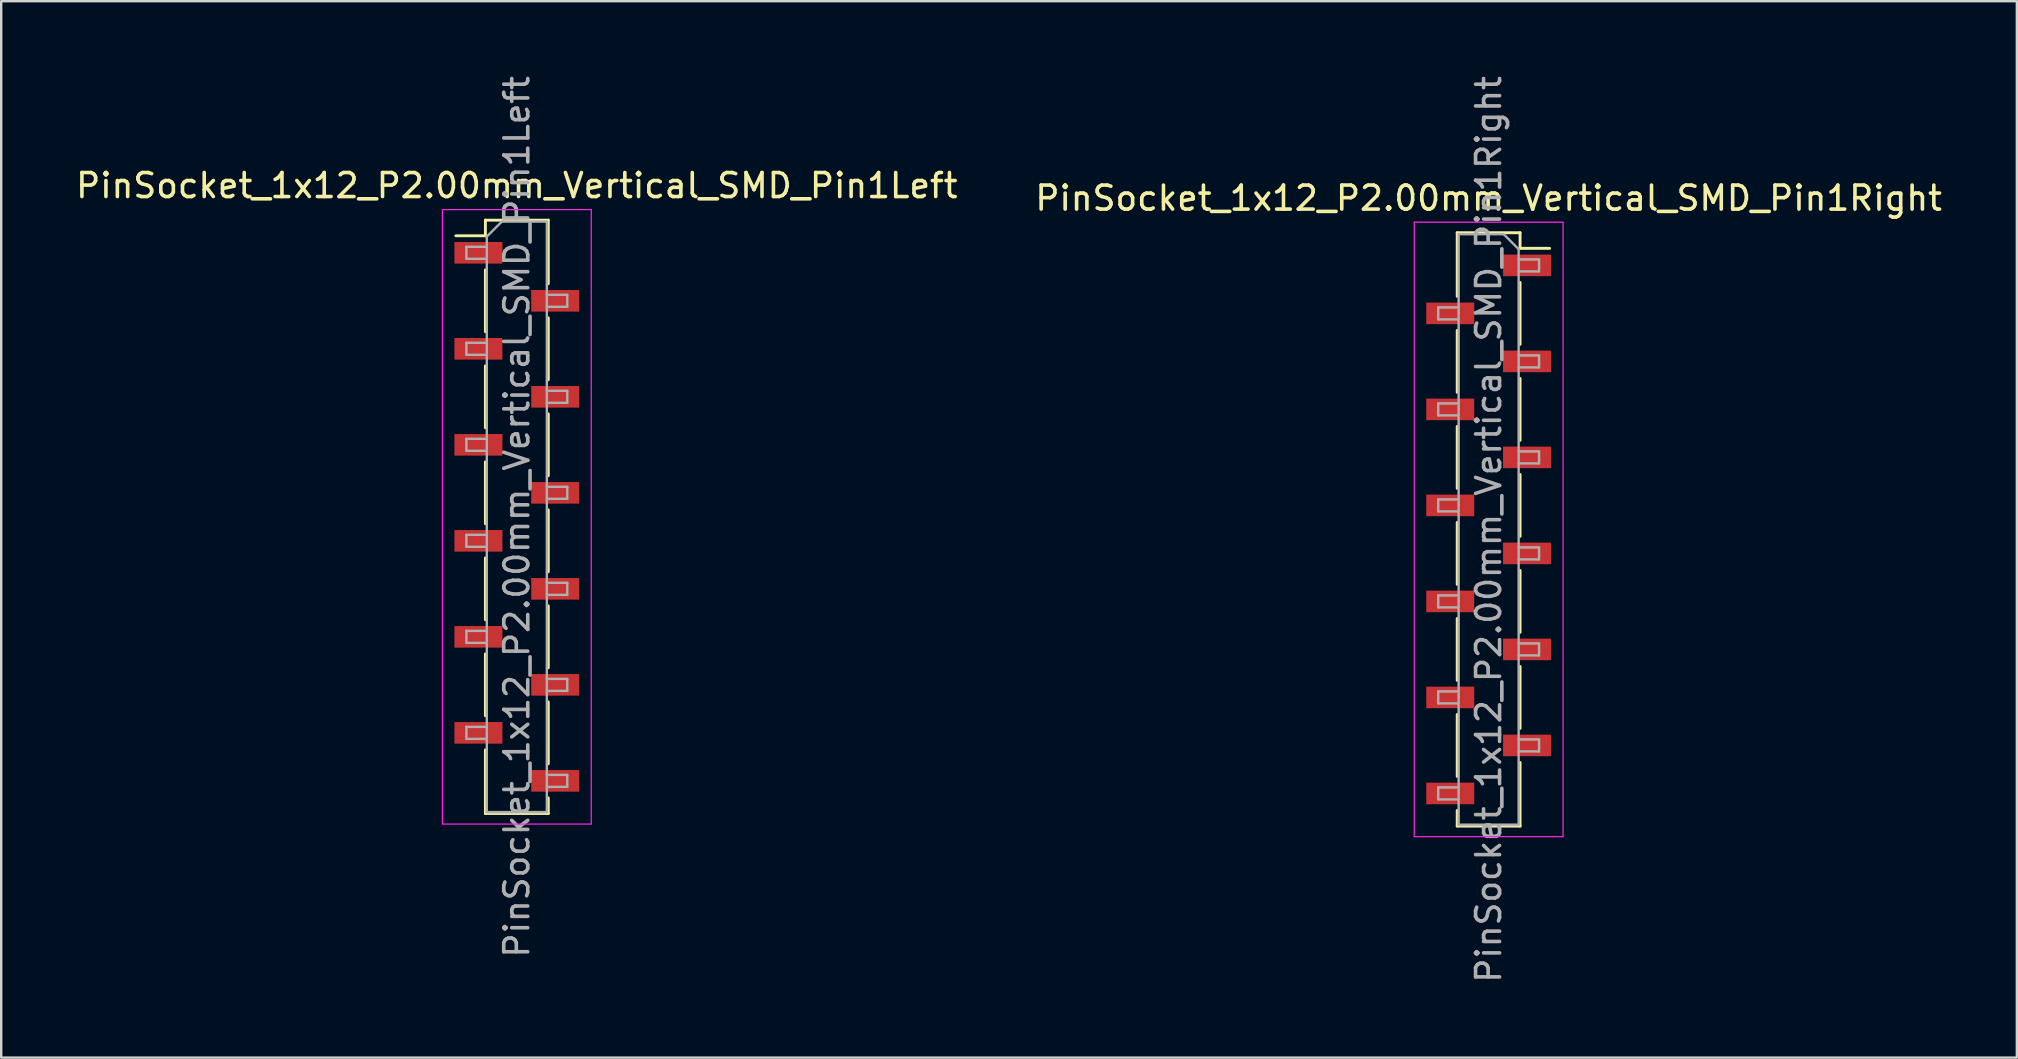
<source format=kicad_pcb>
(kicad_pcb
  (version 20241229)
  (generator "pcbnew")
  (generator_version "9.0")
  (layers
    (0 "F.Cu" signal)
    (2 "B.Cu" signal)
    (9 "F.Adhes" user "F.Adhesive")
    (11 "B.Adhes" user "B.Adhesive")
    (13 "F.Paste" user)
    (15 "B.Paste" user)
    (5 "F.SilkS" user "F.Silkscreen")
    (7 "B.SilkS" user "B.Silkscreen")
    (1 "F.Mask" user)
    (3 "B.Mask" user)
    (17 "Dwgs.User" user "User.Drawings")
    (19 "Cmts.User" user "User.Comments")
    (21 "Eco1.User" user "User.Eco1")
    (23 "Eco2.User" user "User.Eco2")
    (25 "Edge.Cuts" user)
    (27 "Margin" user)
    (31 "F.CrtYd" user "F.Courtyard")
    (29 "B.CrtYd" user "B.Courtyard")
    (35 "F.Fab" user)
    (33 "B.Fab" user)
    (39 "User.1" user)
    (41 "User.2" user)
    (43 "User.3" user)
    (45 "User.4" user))
  (footprint "PinSocket_1x12_P2.00mm_Vertical_SMD_Pin1Left"
    (layer "F.Cu")
    (at 18.482 18.482)
    (property "Reference" "PinSocket_1x12_P2.00mm_Vertical_SMD_Pin1Left" (at 0 -13.8 0) (layer "F.SilkS") (effects (font (size 1 1) (thickness 0.15))))
    (attr smd)
    (fp_line (start -2.54 -11.71) (end -1.31 -11.71) (stroke (width 0.12) (type solid)) (layer "F.SilkS"))
    (fp_line (start -1.31 -12.36) (end -1.31 -11.71) (stroke (width 0.12) (type solid)) (layer "F.SilkS"))
    (fp_line (start -1.31 -12.36) (end 1.31 -12.36) (stroke (width 0.12) (type solid)) (layer "F.SilkS"))
    (fp_line (start -1.31 -10.29) (end -1.31 -7.71) (stroke (width 0.12) (type solid)) (layer "F.SilkS"))
    (fp_line (start -1.31 -6.29) (end -1.31 -3.71) (stroke (width 0.12) (type solid)) (layer "F.SilkS"))
    (fp_line (start -1.31 -2.29) (end -1.31 0.29) (stroke (width 0.12) (type solid)) (layer "F.SilkS"))
    (fp_line (start -1.31 1.71) (end -1.31 4.29) (stroke (width 0.12) (type solid)) (layer "F.SilkS"))
    (fp_line (start -1.31 5.71) (end -1.31 8.29) (stroke (width 0.12) (type solid)) (layer "F.SilkS"))
    (fp_line (start -1.31 9.71) (end -1.31 12.36) (stroke (width 0.12) (type solid)) (layer "F.SilkS"))
    (fp_line (start -1.31 12.36) (end 1.31 12.36) (stroke (width 0.12) (type solid)) (layer "F.SilkS"))
    (fp_line (start 1.31 -12.36) (end 1.31 -9.71) (stroke (width 0.12) (type solid)) (layer "F.SilkS"))
    (fp_line (start 1.31 -8.29) (end 1.31 -5.71) (stroke (width 0.12) (type solid)) (layer "F.SilkS"))
    (fp_line (start 1.31 -4.29) (end 1.31 -1.71) (stroke (width 0.12) (type solid)) (layer "F.SilkS"))
    (fp_line (start 1.31 -0.29) (end 1.31 2.29) (stroke (width 0.12) (type solid)) (layer "F.SilkS"))
    (fp_line (start 1.31 3.71) (end 1.31 6.29) (stroke (width 0.12) (type solid)) (layer "F.SilkS"))
    (fp_line (start 1.31 7.71) (end 1.31 10.29) (stroke (width 0.12) (type solid)) (layer "F.SilkS"))
    (fp_line (start 1.31 11.71) (end 1.31 12.36) (stroke (width 0.12) (type solid)) (layer "F.SilkS"))
    (fp_line (start -3.1 -12.8) (end 3.1 -12.8) (stroke (width 0.05) (type solid)) (layer "F.CrtYd"))
    (fp_line (start -3.1 12.8) (end -3.1 -12.8) (stroke (width 0.05) (type solid)) (layer "F.CrtYd"))
    (fp_line (start 3.1 -12.8) (end 3.1 12.8) (stroke (width 0.05) (type solid)) (layer "F.CrtYd"))
    (fp_line (start 3.1 12.8) (end -3.1 12.8) (stroke (width 0.05) (type solid)) (layer "F.CrtYd"))
    (fp_line (start -2.1 -11.25) (end -1.25 -11.25) (stroke (width 0.1) (type solid)) (layer "F.Fab"))
    (fp_line (start -2.1 -10.75) (end -2.1 -11.25) (stroke (width 0.1) (type solid)) (layer "F.Fab"))
    (fp_line (start -2.1 -7.25) (end -1.25 -7.25) (stroke (width 0.1) (type solid)) (layer "F.Fab"))
    (fp_line (start -2.1 -6.75) (end -2.1 -7.25) (stroke (width 0.1) (type solid)) (layer "F.Fab"))
    (fp_line (start -2.1 -3.25) (end -1.25 -3.25) (stroke (width 0.1) (type solid)) (layer "F.Fab"))
    (fp_line (start -2.1 -2.75) (end -2.1 -3.25) (stroke (width 0.1) (type solid)) (layer "F.Fab"))
    (fp_line (start -2.1 0.75) (end -1.25 0.75) (stroke (width 0.1) (type solid)) (layer "F.Fab"))
    (fp_line (start -2.1 1.25) (end -2.1 0.75) (stroke (width 0.1) (type solid)) (layer "F.Fab"))
    (fp_line (start -2.1 4.75) (end -1.25 4.75) (stroke (width 0.1) (type solid)) (layer "F.Fab"))
    (fp_line (start -2.1 5.25) (end -2.1 4.75) (stroke (width 0.1) (type solid)) (layer "F.Fab"))
    (fp_line (start -2.1 8.75) (end -1.25 8.75) (stroke (width 0.1) (type solid)) (layer "F.Fab"))
    (fp_line (start -2.1 9.25) (end -2.1 8.75) (stroke (width 0.1) (type solid)) (layer "F.Fab"))
    (fp_line (start -1.25 -11.675) (end -0.625 -12.3) (stroke (width 0.1) (type solid)) (layer "F.Fab"))
    (fp_line (start -1.25 -10.75) (end -2.1 -10.75) (stroke (width 0.1) (type solid)) (layer "F.Fab"))
    (fp_line (start -1.25 -6.75) (end -2.1 -6.75) (stroke (width 0.1) (type solid)) (layer "F.Fab"))
    (fp_line (start -1.25 -2.75) (end -2.1 -2.75) (stroke (width 0.1) (type solid)) (layer "F.Fab"))
    (fp_line (start -1.25 1.25) (end -2.1 1.25) (stroke (width 0.1) (type solid)) (layer "F.Fab"))
    (fp_line (start -1.25 5.25) (end -2.1 5.25) (stroke (width 0.1) (type solid)) (layer "F.Fab"))
    (fp_line (start -1.25 9.25) (end -2.1 9.25) (stroke (width 0.1) (type solid)) (layer "F.Fab"))
    (fp_line (start -1.25 12.3) (end -1.25 -11.675) (stroke (width 0.1) (type solid)) (layer "F.Fab"))
    (fp_line (start -0.625 -12.3) (end 1.25 -12.3) (stroke (width 0.1) (type solid)) (layer "F.Fab"))
    (fp_line (start 1.25 -12.3) (end 1.25 12.3) (stroke (width 0.1) (type solid)) (layer "F.Fab"))
    (fp_line (start 1.25 -9.25) (end 2.1 -9.25) (stroke (width 0.1) (type solid)) (layer "F.Fab"))
    (fp_line (start 1.25 -5.25) (end 2.1 -5.25) (stroke (width 0.1) (type solid)) (layer "F.Fab"))
    (fp_line (start 1.25 -1.25) (end 2.1 -1.25) (stroke (width 0.1) (type solid)) (layer "F.Fab"))
    (fp_line (start 1.25 2.75) (end 2.1 2.75) (stroke (width 0.1) (type solid)) (layer "F.Fab"))
    (fp_line (start 1.25 6.75) (end 2.1 6.75) (stroke (width 0.1) (type solid)) (layer "F.Fab"))
    (fp_line (start 1.25 10.75) (end 2.1 10.75) (stroke (width 0.1) (type solid)) (layer "F.Fab"))
    (fp_line (start 1.25 12.3) (end -1.25 12.3) (stroke (width 0.1) (type solid)) (layer "F.Fab"))
    (fp_line (start 2.1 -9.25) (end 2.1 -8.75) (stroke (width 0.1) (type solid)) (layer "F.Fab"))
    (fp_line (start 2.1 -8.75) (end 1.25 -8.75) (stroke (width 0.1) (type solid)) (layer "F.Fab"))
    (fp_line (start 2.1 -5.25) (end 2.1 -4.75) (stroke (width 0.1) (type solid)) (layer "F.Fab"))
    (fp_line (start 2.1 -4.75) (end 1.25 -4.75) (stroke (width 0.1) (type solid)) (layer "F.Fab"))
    (fp_line (start 2.1 -1.25) (end 2.1 -0.75) (stroke (width 0.1) (type solid)) (layer "F.Fab"))
    (fp_line (start 2.1 -0.75) (end 1.25 -0.75) (stroke (width 0.1) (type solid)) (layer "F.Fab"))
    (fp_line (start 2.1 2.75) (end 2.1 3.25) (stroke (width 0.1) (type solid)) (layer "F.Fab"))
    (fp_line (start 2.1 3.25) (end 1.25 3.25) (stroke (width 0.1) (type solid)) (layer "F.Fab"))
    (fp_line (start 2.1 6.75) (end 2.1 7.25) (stroke (width 0.1) (type solid)) (layer "F.Fab"))
    (fp_line (start 2.1 7.25) (end 1.25 7.25) (stroke (width 0.1) (type solid)) (layer "F.Fab"))
    (fp_line (start 2.1 10.75) (end 2.1 11.25) (stroke (width 0.1) (type solid)) (layer "F.Fab"))
    (fp_line (start 2.1 11.25) (end 1.25 11.25) (stroke (width 0.1) (type solid)) (layer "F.Fab"))
    (fp_text user "${REFERENCE}" (at 0 0 90) (layer "F.Fab") (effects (font (size 1 1) (thickness 0.15))))
    (pad "1" smd rect (at -1.6 -11) (size 2 0.9) (layers "F.Cu" "F.Mask" "F.Paste"))
    (pad "2" smd rect (at 1.6 -9) (size 2 0.9) (layers "F.Cu" "F.Mask" "F.Paste"))
    (pad "3" smd rect (at -1.6 -7) (size 2 0.9) (layers "F.Cu" "F.Mask" "F.Paste"))
    (pad "4" smd rect (at 1.6 -5) (size 2 0.9) (layers "F.Cu" "F.Mask" "F.Paste"))
    (pad "5" smd rect (at -1.6 -3) (size 2 0.9) (layers "F.Cu" "F.Mask" "F.Paste"))
    (pad "6" smd rect (at 1.6 -1) (size 2 0.9) (layers "F.Cu" "F.Mask" "F.Paste"))
    (pad "7" smd rect (at -1.6 1) (size 2 0.9) (layers "F.Cu" "F.Mask" "F.Paste"))
    (pad "8" smd rect (at 1.6 3) (size 2 0.9) (layers "F.Cu" "F.Mask" "F.Paste"))
    (pad "9" smd rect (at -1.6 5) (size 2 0.9) (layers "F.Cu" "F.Mask" "F.Paste"))
    (pad "10" smd rect (at 1.6 7) (size 2 0.9) (layers "F.Cu" "F.Mask" "F.Paste"))
    (pad "11" smd rect (at -1.6 9) (size 2 0.9) (layers "F.Cu" "F.Mask" "F.Paste"))
    (pad "12" smd rect (at 1.6 11) (size 2 0.9) (layers "F.Cu" "F.Mask" "F.Paste")))
  (footprint "PinSocket_1x12_P2.00mm_Vertical_SMD_Pin1Right"
    (layer "F.Cu")
    (at 58.97 19.006)
    (property "Reference" "PinSocket_1x12_P2.00mm_Vertical_SMD_Pin1Right" (at 0 -13.8 0) (layer "F.SilkS") (effects (font (size 1 1) (thickness 0.15))))
    (attr smd)
    (fp_line (start -1.31 -12.36) (end -1.31 -9.71) (stroke (width 0.12) (type solid)) (layer "F.SilkS"))
    (fp_line (start -1.31 -12.36) (end 1.31 -12.36) (stroke (width 0.12) (type solid)) (layer "F.SilkS"))
    (fp_line (start -1.31 -8.29) (end -1.31 -5.71) (stroke (width 0.12) (type solid)) (layer "F.SilkS"))
    (fp_line (start -1.31 -4.29) (end -1.31 -1.71) (stroke (width 0.12) (type solid)) (layer "F.SilkS"))
    (fp_line (start -1.31 -0.29) (end -1.31 2.29) (stroke (width 0.12) (type solid)) (layer "F.SilkS"))
    (fp_line (start -1.31 3.71) (end -1.31 6.29) (stroke (width 0.12) (type solid)) (layer "F.SilkS"))
    (fp_line (start -1.31 7.71) (end -1.31 10.29) (stroke (width 0.12) (type solid)) (layer "F.SilkS"))
    (fp_line (start -1.31 11.71) (end -1.31 12.36) (stroke (width 0.12) (type solid)) (layer "F.SilkS"))
    (fp_line (start -1.31 12.36) (end 1.31 12.36) (stroke (width 0.12) (type solid)) (layer "F.SilkS"))
    (fp_line (start 1.31 -12.36) (end 1.31 -11.71) (stroke (width 0.12) (type solid)) (layer "F.SilkS"))
    (fp_line (start 1.31 -11.71) (end 2.54 -11.71) (stroke (width 0.12) (type solid)) (layer "F.SilkS"))
    (fp_line (start 1.31 -10.29) (end 1.31 -7.71) (stroke (width 0.12) (type solid)) (layer "F.SilkS"))
    (fp_line (start 1.31 -6.29) (end 1.31 -3.71) (stroke (width 0.12) (type solid)) (layer "F.SilkS"))
    (fp_line (start 1.31 -2.29) (end 1.31 0.29) (stroke (width 0.12) (type solid)) (layer "F.SilkS"))
    (fp_line (start 1.31 1.71) (end 1.31 4.29) (stroke (width 0.12) (type solid)) (layer "F.SilkS"))
    (fp_line (start 1.31 5.71) (end 1.31 8.29) (stroke (width 0.12) (type solid)) (layer "F.SilkS"))
    (fp_line (start 1.31 9.71) (end 1.31 12.36) (stroke (width 0.12) (type solid)) (layer "F.SilkS"))
    (fp_line (start -3.1 -12.8) (end 3.1 -12.8) (stroke (width 0.05) (type solid)) (layer "F.CrtYd"))
    (fp_line (start -3.1 12.8) (end -3.1 -12.8) (stroke (width 0.05) (type solid)) (layer "F.CrtYd"))
    (fp_line (start 3.1 -12.8) (end 3.1 12.8) (stroke (width 0.05) (type solid)) (layer "F.CrtYd"))
    (fp_line (start 3.1 12.8) (end -3.1 12.8) (stroke (width 0.05) (type solid)) (layer "F.CrtYd"))
    (fp_line (start -2.1 -9.25) (end -1.25 -9.25) (stroke (width 0.1) (type solid)) (layer "F.Fab"))
    (fp_line (start -2.1 -8.75) (end -2.1 -9.25) (stroke (width 0.1) (type solid)) (layer "F.Fab"))
    (fp_line (start -2.1 -5.25) (end -1.25 -5.25) (stroke (width 0.1) (type solid)) (layer "F.Fab"))
    (fp_line (start -2.1 -4.75) (end -2.1 -5.25) (stroke (width 0.1) (type solid)) (layer "F.Fab"))
    (fp_line (start -2.1 -1.25) (end -1.25 -1.25) (stroke (width 0.1) (type solid)) (layer "F.Fab"))
    (fp_line (start -2.1 -0.75) (end -2.1 -1.25) (stroke (width 0.1) (type solid)) (layer "F.Fab"))
    (fp_line (start -2.1 2.75) (end -1.25 2.75) (stroke (width 0.1) (type solid)) (layer "F.Fab"))
    (fp_line (start -2.1 3.25) (end -2.1 2.75) (stroke (width 0.1) (type solid)) (layer "F.Fab"))
    (fp_line (start -2.1 6.75) (end -1.25 6.75) (stroke (width 0.1) (type solid)) (layer "F.Fab"))
    (fp_line (start -2.1 7.25) (end -2.1 6.75) (stroke (width 0.1) (type solid)) (layer "F.Fab"))
    (fp_line (start -2.1 10.75) (end -1.25 10.75) (stroke (width 0.1) (type solid)) (layer "F.Fab"))
    (fp_line (start -2.1 11.25) (end -2.1 10.75) (stroke (width 0.1) (type solid)) (layer "F.Fab"))
    (fp_line (start -1.25 -12.3) (end 0.625 -12.3) (stroke (width 0.1) (type solid)) (layer "F.Fab"))
    (fp_line (start -1.25 -8.75) (end -2.1 -8.75) (stroke (width 0.1) (type solid)) (layer "F.Fab"))
    (fp_line (start -1.25 -4.75) (end -2.1 -4.75) (stroke (width 0.1) (type solid)) (layer "F.Fab"))
    (fp_line (start -1.25 -0.75) (end -2.1 -0.75) (stroke (width 0.1) (type solid)) (layer "F.Fab"))
    (fp_line (start -1.25 3.25) (end -2.1 3.25) (stroke (width 0.1) (type solid)) (layer "F.Fab"))
    (fp_line (start -1.25 7.25) (end -2.1 7.25) (stroke (width 0.1) (type solid)) (layer "F.Fab"))
    (fp_line (start -1.25 11.25) (end -2.1 11.25) (stroke (width 0.1) (type solid)) (layer "F.Fab"))
    (fp_line (start -1.25 12.3) (end -1.25 -12.3) (stroke (width 0.1) (type solid)) (layer "F.Fab"))
    (fp_line (start 0.625 -12.3) (end 1.25 -11.675) (stroke (width 0.1) (type solid)) (layer "F.Fab"))
    (fp_line (start 1.25 -11.675) (end 1.25 12.3) (stroke (width 0.1) (type solid)) (layer "F.Fab"))
    (fp_line (start 1.25 -11.25) (end 2.1 -11.25) (stroke (width 0.1) (type solid)) (layer "F.Fab"))
    (fp_line (start 1.25 -7.25) (end 2.1 -7.25) (stroke (width 0.1) (type solid)) (layer "F.Fab"))
    (fp_line (start 1.25 -3.25) (end 2.1 -3.25) (stroke (width 0.1) (type solid)) (layer "F.Fab"))
    (fp_line (start 1.25 0.75) (end 2.1 0.75) (stroke (width 0.1) (type solid)) (layer "F.Fab"))
    (fp_line (start 1.25 4.75) (end 2.1 4.75) (stroke (width 0.1) (type solid)) (layer "F.Fab"))
    (fp_line (start 1.25 8.75) (end 2.1 8.75) (stroke (width 0.1) (type solid)) (layer "F.Fab"))
    (fp_line (start 1.25 12.3) (end -1.25 12.3) (stroke (width 0.1) (type solid)) (layer "F.Fab"))
    (fp_line (start 2.1 -11.25) (end 2.1 -10.75) (stroke (width 0.1) (type solid)) (layer "F.Fab"))
    (fp_line (start 2.1 -10.75) (end 1.25 -10.75) (stroke (width 0.1) (type solid)) (layer "F.Fab"))
    (fp_line (start 2.1 -7.25) (end 2.1 -6.75) (stroke (width 0.1) (type solid)) (layer "F.Fab"))
    (fp_line (start 2.1 -6.75) (end 1.25 -6.75) (stroke (width 0.1) (type solid)) (layer "F.Fab"))
    (fp_line (start 2.1 -3.25) (end 2.1 -2.75) (stroke (width 0.1) (type solid)) (layer "F.Fab"))
    (fp_line (start 2.1 -2.75) (end 1.25 -2.75) (stroke (width 0.1) (type solid)) (layer "F.Fab"))
    (fp_line (start 2.1 0.75) (end 2.1 1.25) (stroke (width 0.1) (type solid)) (layer "F.Fab"))
    (fp_line (start 2.1 1.25) (end 1.25 1.25) (stroke (width 0.1) (type solid)) (layer "F.Fab"))
    (fp_line (start 2.1 4.75) (end 2.1 5.25) (stroke (width 0.1) (type solid)) (layer "F.Fab"))
    (fp_line (start 2.1 5.25) (end 1.25 5.25) (stroke (width 0.1) (type solid)) (layer "F.Fab"))
    (fp_line (start 2.1 8.75) (end 2.1 9.25) (stroke (width 0.1) (type solid)) (layer "F.Fab"))
    (fp_line (start 2.1 9.25) (end 1.25 9.25) (stroke (width 0.1) (type solid)) (layer "F.Fab"))
    (fp_text user "${REFERENCE}" (at 0 0 90) (layer "F.Fab") (effects (font (size 1 1) (thickness 0.15))))
    (pad "1" smd rect (at 1.6 -11) (size 2 0.9) (layers "F.Cu" "F.Mask" "F.Paste"))
    (pad "2" smd rect (at -1.6 -9) (size 2 0.9) (layers "F.Cu" "F.Mask" "F.Paste"))
    (pad "3" smd rect (at 1.6 -7) (size 2 0.9) (layers "F.Cu" "F.Mask" "F.Paste"))
    (pad "4" smd rect (at -1.6 -5) (size 2 0.9) (layers "F.Cu" "F.Mask" "F.Paste"))
    (pad "5" smd rect (at 1.6 -3) (size 2 0.9) (layers "F.Cu" "F.Mask" "F.Paste"))
    (pad "6" smd rect (at -1.6 -1) (size 2 0.9) (layers "F.Cu" "F.Mask" "F.Paste"))
    (pad "7" smd rect (at 1.6 1) (size 2 0.9) (layers "F.Cu" "F.Mask" "F.Paste"))
    (pad "8" smd rect (at -1.6 3) (size 2 0.9) (layers "F.Cu" "F.Mask" "F.Paste"))
    (pad "9" smd rect (at 1.6 5) (size 2 0.9) (layers "F.Cu" "F.Mask" "F.Paste"))
    (pad "10" smd rect (at -1.6 7) (size 2 0.9) (layers "F.Cu" "F.Mask" "F.Paste"))
    (pad "11" smd rect (at 1.6 9) (size 2 0.9) (layers "F.Cu" "F.Mask" "F.Paste"))
    (pad "12" smd rect (at -1.6 11) (size 2 0.9) (layers "F.Cu" "F.Mask" "F.Paste")))
  (gr_rect
    (start -3 -3)
    (end 80.976 41.012)
    (stroke (width 0.1) (type default))
    (fill no)
    (layer "Edge.Cuts")))
</source>
